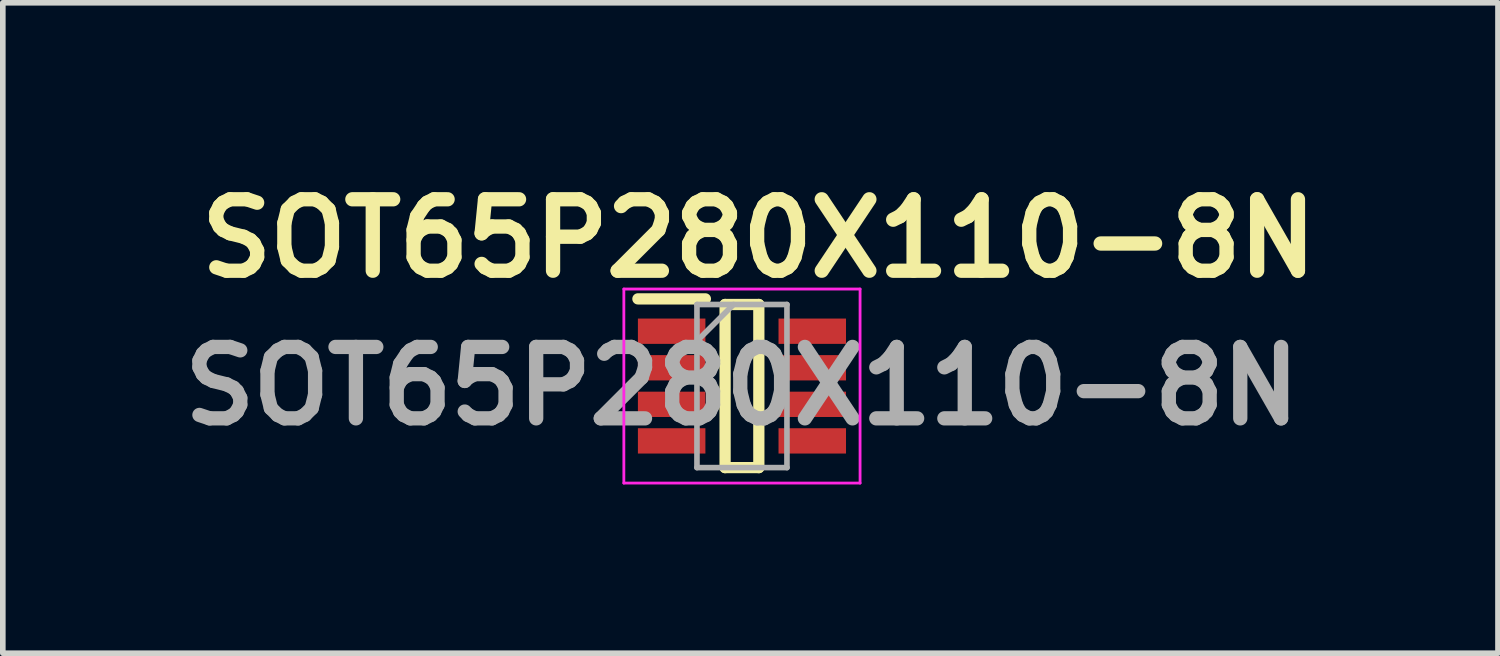
<source format=kicad_pcb>
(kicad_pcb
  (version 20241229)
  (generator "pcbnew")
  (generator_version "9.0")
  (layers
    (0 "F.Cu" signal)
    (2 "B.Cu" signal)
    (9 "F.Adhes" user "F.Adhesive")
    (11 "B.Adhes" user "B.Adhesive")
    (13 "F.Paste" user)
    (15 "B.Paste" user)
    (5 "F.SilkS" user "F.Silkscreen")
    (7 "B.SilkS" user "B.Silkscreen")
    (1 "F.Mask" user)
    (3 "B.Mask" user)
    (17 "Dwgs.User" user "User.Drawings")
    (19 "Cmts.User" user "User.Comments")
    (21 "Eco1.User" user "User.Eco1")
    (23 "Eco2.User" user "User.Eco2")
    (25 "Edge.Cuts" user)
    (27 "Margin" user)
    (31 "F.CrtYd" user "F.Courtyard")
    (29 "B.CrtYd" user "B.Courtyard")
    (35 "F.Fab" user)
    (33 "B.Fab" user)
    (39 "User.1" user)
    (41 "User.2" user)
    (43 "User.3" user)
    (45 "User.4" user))
  (footprint "SOT65P280X110-8N"
    (layer "F.Cu")
    (at 10.142 3.814)
    (property "Reference" "SOT65P280X110-8N" (at 0.3 -2.625 0) (layer "F.SilkS") (effects (font (size 1.27 1.27) (thickness 0.254))))
    (attr smd)
    (fp_line (start -1.85 -1.55) (end -0.65 -1.55) (stroke (width 0.2) (type solid)) (layer "F.SilkS"))
    (fp_line (start -0.3 -1.45) (end 0.3 -1.45) (stroke (width 0.2) (type solid)) (layer "F.SilkS"))
    (fp_line (start -0.3 1.45) (end -0.3 -1.45) (stroke (width 0.2) (type solid)) (layer "F.SilkS"))
    (fp_line (start 0.3 -1.45) (end 0.3 1.45) (stroke (width 0.2) (type solid)) (layer "F.SilkS"))
    (fp_line (start 0.3 1.45) (end -0.3 1.45) (stroke (width 0.2) (type solid)) (layer "F.SilkS"))
    (fp_line (start -2.1 -1.725) (end 2.1 -1.725) (stroke (width 0.05) (type solid)) (layer "F.CrtYd"))
    (fp_line (start -2.1 1.725) (end -2.1 -1.725) (stroke (width 0.05) (type solid)) (layer "F.CrtYd"))
    (fp_line (start 2.1 -1.725) (end 2.1 1.725) (stroke (width 0.05) (type solid)) (layer "F.CrtYd"))
    (fp_line (start 2.1 1.725) (end -2.1 1.725) (stroke (width 0.05) (type solid)) (layer "F.CrtYd"))
    (fp_line (start -0.8 -1.45) (end 0.8 -1.45) (stroke (width 0.1) (type solid)) (layer "F.Fab"))
    (fp_line (start -0.8 -0.8) (end -0.15 -1.45) (stroke (width 0.1) (type solid)) (layer "F.Fab"))
    (fp_line (start -0.8 1.45) (end -0.8 -1.45) (stroke (width 0.1) (type solid)) (layer "F.Fab"))
    (fp_line (start 0.8 -1.45) (end 0.8 1.45) (stroke (width 0.1) (type solid)) (layer "F.Fab"))
    (fp_line (start 0.8 1.45) (end -0.8 1.45) (stroke (width 0.1) (type solid)) (layer "F.Fab"))
    (fp_text user "${REFERENCE}" (at 0 0 0) (layer "F.Fab") (effects (font (size 1.27 1.27) (thickness 0.254))))
    (pad "1" smd rect (at -1.25 -0.975 90) (size 0.45 1.2) (layers "F.Cu" "F.Mask" "F.Paste"))
    (pad "2" smd rect (at -1.25 -0.325 90) (size 0.45 1.2) (layers "F.Cu" "F.Mask" "F.Paste"))
    (pad "3" smd rect (at -1.25 0.325 90) (size 0.45 1.2) (layers "F.Cu" "F.Mask" "F.Paste"))
    (pad "4" smd rect (at -1.25 0.975 90) (size 0.45 1.2) (layers "F.Cu" "F.Mask" "F.Paste"))
    (pad "5" smd rect (at 1.25 0.975 90) (size 0.45 1.2) (layers "F.Cu" "F.Mask" "F.Paste"))
    (pad "6" smd rect (at 1.25 0.325 90) (size 0.45 1.2) (layers "F.Cu" "F.Mask" "F.Paste"))
    (pad "7" smd rect (at 1.25 -0.325 90) (size 0.45 1.2) (layers "F.Cu" "F.Mask" "F.Paste"))
    (pad "8" smd rect (at 1.25 -0.975 90) (size 0.45 1.2) (layers "F.Cu" "F.Mask" "F.Paste")))
  (gr_rect
    (start -3 -3)
    (end 23.584 8.564)
    (stroke (width 0.1) (type default))
    (fill no)
    (layer "Edge.Cuts")))
</source>
